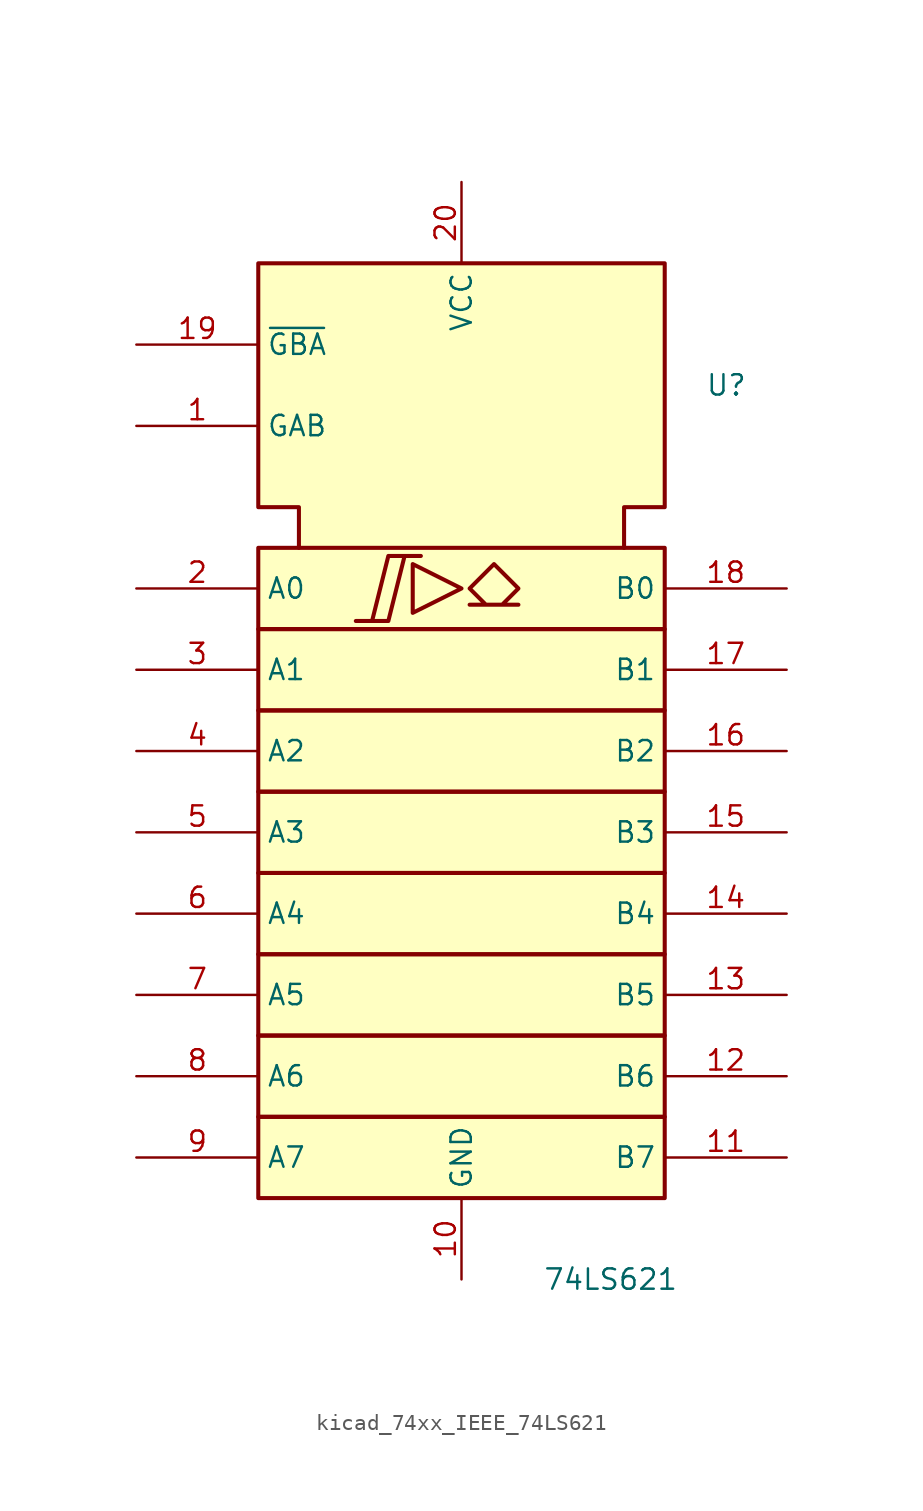
<source format=kicad_sym>
(kicad_symbol_lib
  (version 20220914)
  (generator kicad_symbol_editor)
  (symbol "kicad_74xx_IEEE_74LS621"
    (property "Reference" "U"
      (at 15.24 25.4 0)
      (effects (font (size 1.27 1.27)) (justify left)))
    (property "Value" "74LS621"
      (at 5.08 -30.48 0)
      (effects (font (size 1.27 1.27)) (justify left)))
    (symbol "kicad_74xx_IEEE_74LS621_0_0"
      (polyline (pts (xy -3.048 14.224) (xy -3.048 11.176) (xy 0 12.7) (xy -3.048 14.224) (xy -3.048 14.224)) (stroke (width 0.254) (type default)) (fill (type background)))
      (polyline (pts (xy -6.604 10.668) (xy -4.572 10.668) (xy -3.556 14.732) (xy -2.54 14.732) (xy -4.572 14.732) (xy -5.588 10.668) (xy -5.588 10.668)) (stroke (width 0.254) (type default)) (fill (type background)))
      (polyline (pts (xy 2.032 14.224) (xy 3.556 12.7) (xy 2.54 11.684) (xy 3.556 11.684) (xy 0.508 11.684) (xy 1.524 11.684) (xy 0.508 12.7) (xy 2.032 14.224) (xy 2.032 14.224)) (stroke (width 0.254) (type default)) (fill (type background)))
      (pin power_in line (at 0 -30.48 90) (length 5.08) (name "GND" (effects (font (size 1.27 1.27)))) (number "10" (effects (font (size 1.27 1.27)))))
      (pin power_in line (at 0 38.1 270) (length 5.08) (name "VCC" (effects (font (size 1.27 1.27)))) (number "20" (effects (font (size 1.27 1.27))))))
    (symbol "kicad_74xx_IEEE_74LS621_0_1"
      (rectangle (start -12.7 -20.32) (end 12.7 -25.4) (stroke (width 0.254) (type default)) (fill (type background)))
      (rectangle (start -12.7 -15.24) (end 12.7 -20.32) (stroke (width 0.254) (type default)) (fill (type background)))
      (rectangle (start -12.7 -10.16) (end 12.7 -15.24) (stroke (width 0.254) (type default)) (fill (type background)))
      (rectangle (start -12.7 -5.08) (end 12.7 -10.16) (stroke (width 0.254) (type default)) (fill (type background)))
      (rectangle (start -12.7 0) (end 12.7 -5.08) (stroke (width 0.254) (type default)) (fill (type background)))
      (rectangle (start -12.7 5.08) (end 12.7 0) (stroke (width 0.254) (type default)) (fill (type background)))
      (rectangle (start -12.7 10.16) (end 12.7 5.08) (stroke (width 0.254) (type default)) (fill (type background)))
      (rectangle (start -12.7 15.24) (end 12.7 10.16) (stroke (width 0.254) (type default)) (fill (type background)))
      (polyline (pts (xy -10.16 15.24) (xy -10.16 17.78) (xy -12.7 17.78) (xy -12.7 33.02) (xy 12.7 33.02) (xy 12.7 17.78) (xy 10.16 17.78) (xy 10.16 15.24) (xy 10.16 15.24)) (stroke (width 0.254) (type default)) (fill (type background))))
    (symbol "kicad_74xx_IEEE_74LS621_1_1"
      (pin input line (at -20.32 22.86 0) (length 7.62) (name "GAB" (effects (font (size 1.27 1.27)))) (number "1" (effects (font (size 1.27 1.27)))))
      (pin tri_state line (at 20.32 -22.86 180) (length 7.62) (name "B7" (effects (font (size 1.27 1.27)))) (number "11" (effects (font (size 1.27 1.27)))))
      (pin tri_state line (at 20.32 -17.78 180) (length 7.62) (name "B6" (effects (font (size 1.27 1.27)))) (number "12" (effects (font (size 1.27 1.27)))))
      (pin tri_state line (at 20.32 -12.7 180) (length 7.62) (name "B5" (effects (font (size 1.27 1.27)))) (number "13" (effects (font (size 1.27 1.27)))))
      (pin tri_state line (at 20.32 -7.62 180) (length 7.62) (name "B4" (effects (font (size 1.27 1.27)))) (number "14" (effects (font (size 1.27 1.27)))))
      (pin tri_state line (at 20.32 -2.54 180) (length 7.62) (name "B3" (effects (font (size 1.27 1.27)))) (number "15" (effects (font (size 1.27 1.27)))))
      (pin tri_state line (at 20.32 2.54 180) (length 7.62) (name "B2" (effects (font (size 1.27 1.27)))) (number "16" (effects (font (size 1.27 1.27)))))
      (pin tri_state line (at 20.32 7.62 180) (length 7.62) (name "B1" (effects (font (size 1.27 1.27)))) (number "17" (effects (font (size 1.27 1.27)))))
      (pin tri_state line (at 20.32 12.7 180) (length 7.62) (name "B0" (effects (font (size 1.27 1.27)))) (number "18" (effects (font (size 1.27 1.27)))))
      (pin input line (at -20.32 27.94 0) (length 7.62) (name "~{GBA}" (effects (font (size 1.27 1.27)))) (number "19" (effects (font (size 1.27 1.27)))))
      (pin tri_state line (at -20.32 12.7 0) (length 7.62) (name "A0" (effects (font (size 1.27 1.27)))) (number "2" (effects (font (size 1.27 1.27)))))
      (pin tri_state line (at -20.32 7.62 0) (length 7.62) (name "A1" (effects (font (size 1.27 1.27)))) (number "3" (effects (font (size 1.27 1.27)))))
      (pin tri_state line (at -20.32 2.54 0) (length 7.62) (name "A2" (effects (font (size 1.27 1.27)))) (number "4" (effects (font (size 1.27 1.27)))))
      (pin tri_state line (at -20.32 -2.54 0) (length 7.62) (name "A3" (effects (font (size 1.27 1.27)))) (number "5" (effects (font (size 1.27 1.27)))))
      (pin tri_state line (at -20.32 -7.62 0) (length 7.62) (name "A4" (effects (font (size 1.27 1.27)))) (number "6" (effects (font (size 1.27 1.27)))))
      (pin tri_state line (at -20.32 -12.7 0) (length 7.62) (name "A5" (effects (font (size 1.27 1.27)))) (number "7" (effects (font (size 1.27 1.27)))))
      (pin tri_state line (at -20.32 -17.78 0) (length 7.62) (name "A6" (effects (font (size 1.27 1.27)))) (number "8" (effects (font (size 1.27 1.27)))))
      (pin tri_state line (at -20.32 -22.86 0) (length 7.62) (name "A7" (effects (font (size 1.27 1.27)))) (number "9" (effects (font (size 1.27 1.27))))))))
</source>
